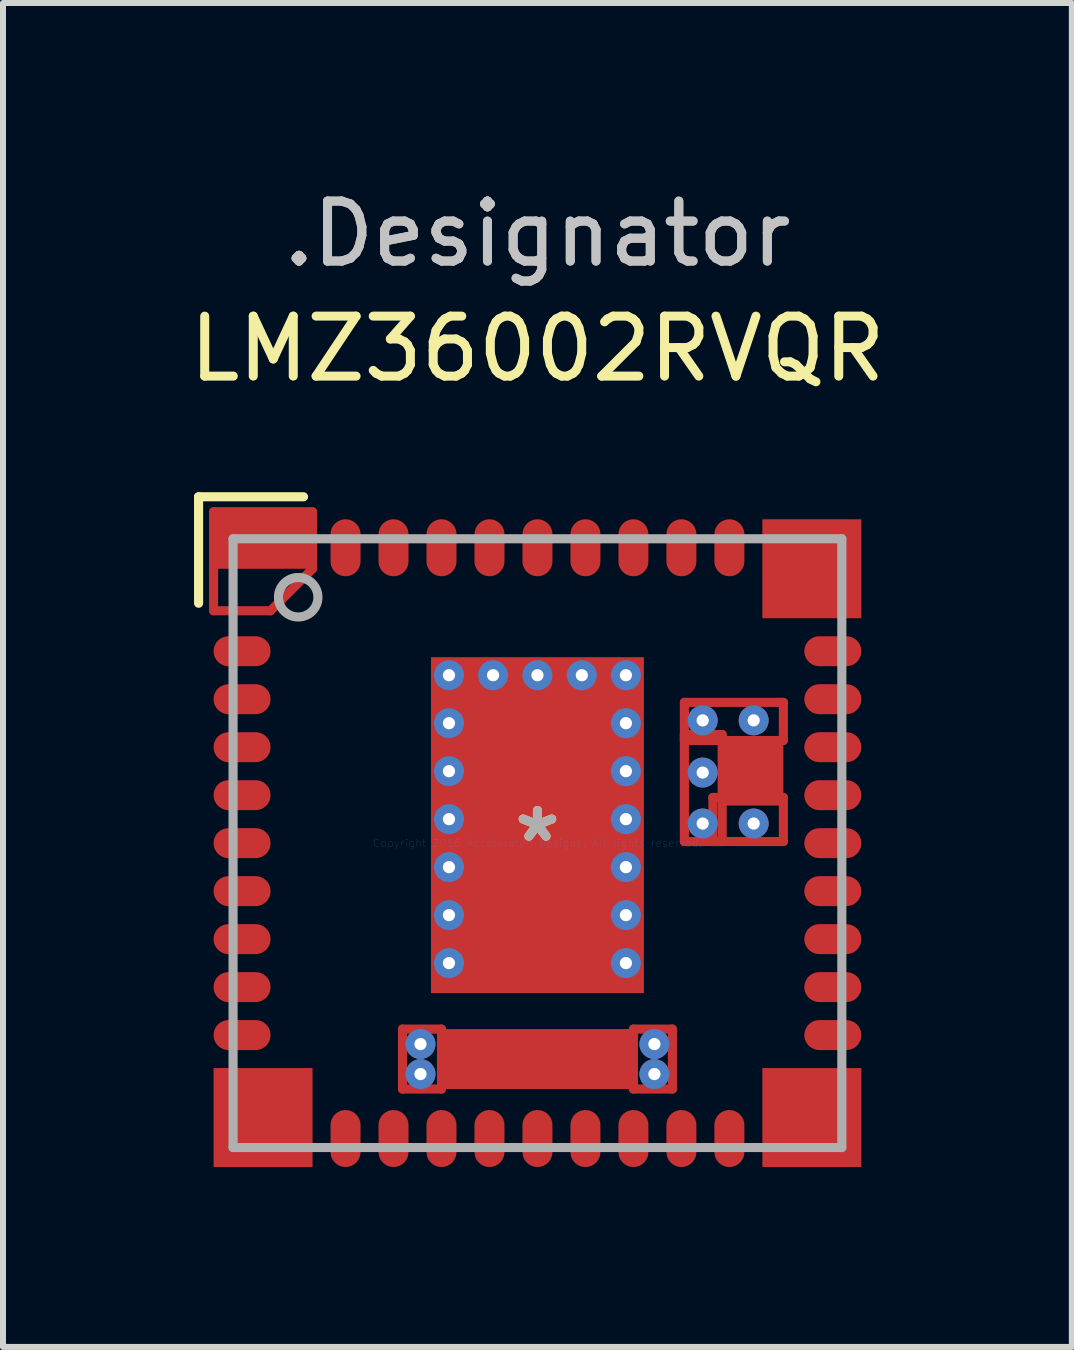
<source format=kicad_pcb>
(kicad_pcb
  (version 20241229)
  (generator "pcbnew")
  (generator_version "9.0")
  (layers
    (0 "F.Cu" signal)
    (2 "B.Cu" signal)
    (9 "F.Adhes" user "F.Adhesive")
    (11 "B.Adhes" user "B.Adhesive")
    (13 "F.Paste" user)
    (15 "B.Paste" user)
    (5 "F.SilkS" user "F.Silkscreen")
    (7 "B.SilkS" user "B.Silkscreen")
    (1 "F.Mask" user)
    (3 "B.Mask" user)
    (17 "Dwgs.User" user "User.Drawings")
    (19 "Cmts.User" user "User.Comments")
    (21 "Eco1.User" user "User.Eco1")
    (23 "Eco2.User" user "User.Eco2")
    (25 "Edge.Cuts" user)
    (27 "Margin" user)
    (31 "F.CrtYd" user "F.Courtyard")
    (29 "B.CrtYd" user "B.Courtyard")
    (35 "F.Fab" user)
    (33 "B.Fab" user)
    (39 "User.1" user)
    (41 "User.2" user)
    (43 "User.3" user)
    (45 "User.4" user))
  (footprint "LMZ36002RVQR"
    (layer "F.Cu")
    (at 5.911 11.008)
    (property "Reference" "LMZ36002RVQR" (at 0 -8.242 0) (layer "F.SilkS") (effects (font (size 1 1) (thickness 0.15))))
    (attr through_hole)
    (fp_line (start -5.4 -5.525) (end -3.75 -5.525) (stroke (width 0.152) (type solid)) (layer "F.Cu"))
    (fp_line (start -5.4 -3.875) (end -5.4 -5.525) (stroke (width 0.152) (type solid)) (layer "F.Cu"))
    (fp_line (start -4.45 -3.875) (end -5.4 -3.875) (stroke (width 0.152) (type solid)) (layer "F.Cu"))
    (fp_line (start -3.75 -5.525) (end -3.75 -4.575) (stroke (width 0.152) (type solid)) (layer "F.Cu"))
    (fp_line (start -3.75 -4.575) (end -4.45 -3.875) (stroke (width 0.152) (type solid)) (layer "F.Cu"))
    (fp_line (start -2.25 3.1) (end -2.25 4.1) (stroke (width 0.152) (type solid)) (layer "F.Cu"))
    (fp_line (start -2.25 4.1) (end -1.6 4.1) (stroke (width 0.152) (type solid)) (layer "F.Cu"))
    (fp_line (start -1.6 3.1) (end -2.25 3.1) (stroke (width 0.152) (type solid)) (layer "F.Cu"))
    (fp_line (start -1.6 4.1) (end -1.6 3.1) (stroke (width 0.152) (type solid)) (layer "F.Cu"))
    (fp_line (start 1.6 3.1) (end 1.6 4.1) (stroke (width 0.152) (type solid)) (layer "F.Cu"))
    (fp_line (start 1.6 4.1) (end 2.25 4.1) (stroke (width 0.152) (type solid)) (layer "F.Cu"))
    (fp_line (start 2.25 3.1) (end 1.6 3.1) (stroke (width 0.152) (type solid)) (layer "F.Cu"))
    (fp_line (start 2.25 4.1) (end 2.25 3.1) (stroke (width 0.152) (type solid)) (layer "F.Cu"))
    (fp_line (start 2.45 -2.347) (end 2.45 -1.712) (stroke (width 0.152) (type solid)) (layer "F.Cu"))
    (fp_line (start 2.45 -1.812) (end 2.45 -0.027) (stroke (width 0.152) (type solid)) (layer "F.Cu"))
    (fp_line (start 2.45 -1.712) (end 4.1 -1.712) (stroke (width 0.152) (type solid)) (layer "F.Cu"))
    (fp_line (start 2.45 -0.027) (end 3.08 -0.027) (stroke (width 0.152) (type solid)) (layer "F.Cu"))
    (fp_line (start 2.925 -0.762) (end 2.925 -0.027) (stroke (width 0.152) (type solid)) (layer "F.Cu"))
    (fp_line (start 2.925 -0.027) (end 4.1 -0.027) (stroke (width 0.152) (type solid)) (layer "F.Cu"))
    (fp_line (start 3.08 -1.812) (end 2.45 -1.812) (stroke (width 0.152) (type solid)) (layer "F.Cu"))
    (fp_line (start 3.08 -0.027) (end 3.08 -1.812) (stroke (width 0.152) (type solid)) (layer "F.Cu"))
    (fp_line (start 4.1 -2.347) (end 2.45 -2.347) (stroke (width 0.152) (type solid)) (layer "F.Cu"))
    (fp_line (start 4.1 -1.712) (end 4.1 -2.347) (stroke (width 0.152) (type solid)) (layer "F.Cu"))
    (fp_line (start 4.1 -0.762) (end 2.925 -0.762) (stroke (width 0.152) (type solid)) (layer "F.Cu"))
    (fp_line (start 4.1 -0.027) (end 4.1 -0.762) (stroke (width 0.152) (type solid)) (layer "F.Cu"))
    (fp_line (start -1.175 -2.5) (end -1.175 2.5) (stroke (width 0.152) (type solid)) (layer "F.Mask"))
    (fp_line (start -1.175 2.5) (end 1.175 2.5) (stroke (width 0.152) (type solid)) (layer "F.Mask"))
    (fp_line (start 1.175 -2.5) (end -1.175 -2.5) (stroke (width 0.152) (type solid)) (layer "F.Mask"))
    (fp_line (start 1.175 2.5) (end 1.175 -2.5) (stroke (width 0.152) (type solid)) (layer "F.Mask"))
    (fp_line (start -5.65 -5.775) (end -3.9 -5.775) (stroke (width 0.152) (type solid)) (layer "F.SilkS"))
    (fp_line (start -5.65 -4) (end -5.65 -5.775) (stroke (width 0.152) (type solid)) (layer "F.SilkS"))
    (fp_line (start -5.175 -5.175) (end -5.175 -5.175) (stroke (width 0.152) (type solid)) (layer "F.Paste"))
    (fp_line (start -5.175 -5.175) (end -5.175 -3.975) (stroke (width 0.152) (type solid)) (layer "F.Paste"))
    (fp_line (start -5.175 -3.975) (end -4.685 -3.975) (stroke (width 0.152) (type solid)) (layer "F.Paste"))
    (fp_line (start -4.685 -3.975) (end -3.975 -4.685) (stroke (width 0.152) (type solid)) (layer "F.Paste"))
    (fp_line (start -3.975 -5.175) (end -5.175 -5.175) (stroke (width 0.152) (type solid)) (layer "F.Paste"))
    (fp_line (start -3.975 -4.685) (end -3.975 -5.175) (stroke (width 0.152) (type solid)) (layer "F.Paste"))
    (fp_line (start -1.6 3.13) (end -1.6 4.06) (stroke (width 0.152) (type solid)) (layer "F.Paste"))
    (fp_line (start -1.6 4.06) (end -1.2 4.06) (stroke (width 0.152) (type solid)) (layer "F.Paste"))
    (fp_line (start -1.2 3.13) (end -1.6 3.13) (stroke (width 0.152) (type solid)) (layer "F.Paste"))
    (fp_line (start -1.2 4.06) (end -1.2 3.13) (stroke (width 0.152) (type solid)) (layer "F.Paste"))
    (fp_line (start -1.13 -2.46) (end -1.13 -1.89) (stroke (width 0.152) (type solid)) (layer "F.Paste"))
    (fp_line (start -1.13 -1.89) (end -0.15 -1.89) (stroke (width 0.152) (type solid)) (layer "F.Paste"))
    (fp_line (start -1.13 -1.59) (end -1.13 -1.02) (stroke (width 0.152) (type solid)) (layer "F.Paste"))
    (fp_line (start -1.13 -1.02) (end -0.15 -1.02) (stroke (width 0.152) (type solid)) (layer "F.Paste"))
    (fp_line (start -1.13 -0.72) (end -1.13 -0.15) (stroke (width 0.152) (type solid)) (layer "F.Paste"))
    (fp_line (start -1.13 -0.15) (end -0.15 -0.15) (stroke (width 0.152) (type solid)) (layer "F.Paste"))
    (fp_line (start -1.13 0.15) (end -1.13 0.72) (stroke (width 0.152) (type solid)) (layer "F.Paste"))
    (fp_line (start -1.13 0.72) (end -0.15 0.72) (stroke (width 0.152) (type solid)) (layer "F.Paste"))
    (fp_line (start -1.13 1.02) (end -1.13 1.59) (stroke (width 0.152) (type solid)) (layer "F.Paste"))
    (fp_line (start -1.13 1.59) (end -0.15 1.59) (stroke (width 0.152) (type solid)) (layer "F.Paste"))
    (fp_line (start -1.13 1.89) (end -1.13 2.46) (stroke (width 0.152) (type solid)) (layer "F.Paste"))
    (fp_line (start -1.13 2.46) (end -0.15 2.46) (stroke (width 0.152) (type solid)) (layer "F.Paste"))
    (fp_line (start -0.9 3.13) (end -0.9 4.06) (stroke (width 0.152) (type solid)) (layer "F.Paste"))
    (fp_line (start -0.9 4.06) (end -0.5 4.06) (stroke (width 0.152) (type solid)) (layer "F.Paste"))
    (fp_line (start -0.5 3.13) (end -0.9 3.13) (stroke (width 0.152) (type solid)) (layer "F.Paste"))
    (fp_line (start -0.5 4.06) (end -0.5 3.13) (stroke (width 0.152) (type solid)) (layer "F.Paste"))
    (fp_line (start -0.2 3.13) (end -0.2 4.06) (stroke (width 0.152) (type solid)) (layer "F.Paste"))
    (fp_line (start -0.2 4.06) (end 0.2 4.06) (stroke (width 0.152) (type solid)) (layer "F.Paste"))
    (fp_line (start -0.15 -2.46) (end -1.13 -2.46) (stroke (width 0.152) (type solid)) (layer "F.Paste"))
    (fp_line (start -0.15 -1.89) (end -0.15 -2.46) (stroke (width 0.152) (type solid)) (layer "F.Paste"))
    (fp_line (start -0.15 -1.59) (end -1.13 -1.59) (stroke (width 0.152) (type solid)) (layer "F.Paste"))
    (fp_line (start -0.15 -1.02) (end -0.15 -1.59) (stroke (width 0.152) (type solid)) (layer "F.Paste"))
    (fp_line (start -0.15 -0.72) (end -1.13 -0.72) (stroke (width 0.152) (type solid)) (layer "F.Paste"))
    (fp_line (start -0.15 -0.15) (end -0.15 -0.72) (stroke (width 0.152) (type solid)) (layer "F.Paste"))
    (fp_line (start -0.15 0.15) (end -1.13 0.15) (stroke (width 0.152) (type solid)) (layer "F.Paste"))
    (fp_line (start -0.15 0.72) (end -0.15 0.15) (stroke (width 0.152) (type solid)) (layer "F.Paste"))
    (fp_line (start -0.15 1.02) (end -1.13 1.02) (stroke (width 0.152) (type solid)) (layer "F.Paste"))
    (fp_line (start -0.15 1.59) (end -0.15 1.02) (stroke (width 0.152) (type solid)) (layer "F.Paste"))
    (fp_line (start -0.15 1.89) (end -1.13 1.89) (stroke (width 0.152) (type solid)) (layer "F.Paste"))
    (fp_line (start -0.15 2.46) (end -0.15 1.89) (stroke (width 0.152) (type solid)) (layer "F.Paste"))
    (fp_line (start 0.15 -2.46) (end 0.15 -1.89) (stroke (width 0.152) (type solid)) (layer "F.Paste"))
    (fp_line (start 0.15 -1.89) (end 1.13 -1.89) (stroke (width 0.152) (type solid)) (layer "F.Paste"))
    (fp_line (start 0.15 -1.59) (end 0.15 -1.02) (stroke (width 0.152) (type solid)) (layer "F.Paste"))
    (fp_line (start 0.15 -1.02) (end 1.13 -1.02) (stroke (width 0.152) (type solid)) (layer "F.Paste"))
    (fp_line (start 0.15 -0.72) (end 0.15 -0.15) (stroke (width 0.152) (type solid)) (layer "F.Paste"))
    (fp_line (start 0.15 -0.15) (end 1.13 -0.15) (stroke (width 0.152) (type solid)) (layer "F.Paste"))
    (fp_line (start 0.15 0.15) (end 0.15 0.72) (stroke (width 0.152) (type solid)) (layer "F.Paste"))
    (fp_line (start 0.15 0.72) (end 1.13 0.72) (stroke (width 0.152) (type solid)) (layer "F.Paste"))
    (fp_line (start 0.15 1.02) (end 0.15 1.59) (stroke (width 0.152) (type solid)) (layer "F.Paste"))
    (fp_line (start 0.15 1.59) (end 1.13 1.59) (stroke (width 0.152) (type solid)) (layer "F.Paste"))
    (fp_line (start 0.15 1.89) (end 0.15 2.46) (stroke (width 0.152) (type solid)) (layer "F.Paste"))
    (fp_line (start 0.15 2.46) (end 1.13 2.46) (stroke (width 0.152) (type solid)) (layer "F.Paste"))
    (fp_line (start 0.2 3.13) (end -0.2 3.13) (stroke (width 0.152) (type solid)) (layer "F.Paste"))
    (fp_line (start 0.2 4.06) (end 0.2 3.13) (stroke (width 0.152) (type solid)) (layer "F.Paste"))
    (fp_line (start 0.5 3.13) (end 0.5 4.06) (stroke (width 0.152) (type solid)) (layer "F.Paste"))
    (fp_line (start 0.5 4.06) (end 0.9 4.06) (stroke (width 0.152) (type solid)) (layer "F.Paste"))
    (fp_line (start 0.9 3.13) (end 0.5 3.13) (stroke (width 0.152) (type solid)) (layer "F.Paste"))
    (fp_line (start 0.9 4.06) (end 0.9 3.13) (stroke (width 0.152) (type solid)) (layer "F.Paste"))
    (fp_line (start 1.13 -2.46) (end 0.15 -2.46) (stroke (width 0.152) (type solid)) (layer "F.Paste"))
    (fp_line (start 1.13 -1.89) (end 1.13 -2.46) (stroke (width 0.152) (type solid)) (layer "F.Paste"))
    (fp_line (start 1.13 -1.59) (end 0.15 -1.59) (stroke (width 0.152) (type solid)) (layer "F.Paste"))
    (fp_line (start 1.13 -1.02) (end 1.13 -1.59) (stroke (width 0.152) (type solid)) (layer "F.Paste"))
    (fp_line (start 1.13 -0.72) (end 0.15 -0.72) (stroke (width 0.152) (type solid)) (layer "F.Paste"))
    (fp_line (start 1.13 -0.15) (end 1.13 -0.72) (stroke (width 0.152) (type solid)) (layer "F.Paste"))
    (fp_line (start 1.13 0.15) (end 0.15 0.15) (stroke (width 0.152) (type solid)) (layer "F.Paste"))
    (fp_line (start 1.13 0.72) (end 1.13 0.15) (stroke (width 0.152) (type solid)) (layer "F.Paste"))
    (fp_line (start 1.13 1.02) (end 0.15 1.02) (stroke (width 0.152) (type solid)) (layer "F.Paste"))
    (fp_line (start 1.13 1.59) (end 1.13 1.02) (stroke (width 0.152) (type solid)) (layer "F.Paste"))
    (fp_line (start 1.13 1.89) (end 0.15 1.89) (stroke (width 0.152) (type solid)) (layer "F.Paste"))
    (fp_line (start 1.13 2.46) (end 1.13 1.89) (stroke (width 0.152) (type solid)) (layer "F.Paste"))
    (fp_line (start 1.2 3.13) (end 1.2 4.06) (stroke (width 0.152) (type solid)) (layer "F.Paste"))
    (fp_line (start 1.2 4.06) (end 1.6 4.06) (stroke (width 0.152) (type solid)) (layer "F.Paste"))
    (fp_line (start 1.6 3.13) (end 1.2 3.13) (stroke (width 0.152) (type solid)) (layer "F.Paste"))
    (fp_line (start 1.6 4.06) (end 1.6 3.13) (stroke (width 0.152) (type solid)) (layer "F.Paste"))
    (fp_line (start 3.115 -1.707) (end 3.115 -0.657) (stroke (width 0.152) (type solid)) (layer "F.Paste"))
    (fp_line (start 3.115 -0.657) (end 3.425 -0.657) (stroke (width 0.152) (type solid)) (layer "F.Paste"))
    (fp_line (start 3.425 -1.707) (end 3.115 -1.707) (stroke (width 0.152) (type solid)) (layer "F.Paste"))
    (fp_line (start 3.425 -0.657) (end 3.425 -1.707) (stroke (width 0.152) (type solid)) (layer "F.Paste"))
    (fp_line (start 3.725 -1.707) (end 3.725 -0.657) (stroke (width 0.152) (type solid)) (layer "F.Paste"))
    (fp_line (start 3.725 -0.657) (end 4.035 -0.657) (stroke (width 0.152) (type solid)) (layer "F.Paste"))
    (fp_line (start 4.035 -1.707) (end 3.725 -1.707) (stroke (width 0.152) (type solid)) (layer "F.Paste"))
    (fp_line (start 4.035 -0.657) (end 4.035 -1.707) (stroke (width 0.152) (type solid)) (layer "F.Paste"))
    (fp_line (start -5.075 -5.075) (end 5.075 -5.075) (stroke (width 0.152) (type solid)) (layer "F.Fab"))
    (fp_line (start -5.075 5.075) (end -5.075 -5.075) (stroke (width 0.152) (type solid)) (layer "F.Fab"))
    (fp_line (start -5.075 5.075) (end 5.075 5.075) (stroke (width 0.152) (type solid)) (layer "F.Fab"))
    (fp_line (start 5.075 5.075) (end 5.075 -5.075) (stroke (width 0.152) (type solid)) (layer "F.Fab"))
    (fp_circle (center -3.989 -4.1) (end -3.66 -4.1) (stroke (width 0.152) (type solid)) (fill no) (layer "F.Fab"))
    (fp_text user "*" (at 0 0 0) (layer "F.SilkS") (effects (font (size 1 1) (thickness 0.15))))
    (fp_text user ".Designator" (at 0 -10.16 0) (layer "Dwgs.User") (effects (font (size 1 1) (thickness 0.15))))
    (fp_text user "Copyright 2016 Accelerated Designs. All rights reserved." (at 0 0 0) (layer "Cmts.User") (effects (font (size 0.127 0.127) (thickness 0.002))))
    (fp_text user "*" (at 0 0 0) (layer "F.Fab") (effects (font (size 1 1) (thickness 0.15))))
    (fp_text user ".Designator" (at 0 -10.16 0) (layer "F.Fab") (effects (font (size 1 1) (thickness 0.15))))
    (pad "1" smd rect (at -4.575 -5.05) (size 1.65 0.95) (layers "F.Cu" "F.Mask" "F.Paste"))
    (pad "2" smd oval (at -4.925 -3.2) (size 0.95 0.5) (layers "F.Cu" "F.Mask" "F.Paste"))
    (pad "3" smd oval (at -4.925 -2.4) (size 0.95 0.5) (layers "F.Cu" "F.Mask" "F.Paste"))
    (pad "4" smd oval (at -4.925 -1.6) (size 0.95 0.5) (layers "F.Cu" "F.Mask" "F.Paste"))
    (pad "5" smd oval (at -4.925 -0.8) (size 0.95 0.5) (layers "F.Cu" "F.Mask" "F.Paste"))
    (pad "6" smd oval (at -4.925 0) (size 0.95 0.5) (layers "F.Cu" "F.Mask" "F.Paste"))
    (pad "7" smd oval (at -4.925 0.8) (size 0.95 0.5) (layers "F.Cu" "F.Mask" "F.Paste"))
    (pad "8" smd oval (at -4.925 1.6) (size 0.95 0.5) (layers "F.Cu" "F.Mask" "F.Paste"))
    (pad "9" smd oval (at -4.925 2.4) (size 0.95 0.5) (layers "F.Cu" "F.Mask" "F.Paste"))
    (pad "10" smd oval (at -4.925 3.2) (size 0.95 0.5) (layers "F.Cu" "F.Mask" "F.Paste"))
    (pad "11" smd rect (at -4.575 4.575) (size 1.65 1.65) (layers "F.Cu" "F.Mask" "F.Paste"))
    (pad "12" smd oval (at -3.2 4.925 90) (size 0.95 0.5) (layers "F.Cu" "F.Mask" "F.Paste"))
    (pad "13" smd oval (at -2.4 4.925 90) (size 0.95 0.5) (layers "F.Cu" "F.Mask" "F.Paste"))
    (pad "14" smd oval (at -1.6 4.925 90) (size 0.95 0.5) (layers "F.Cu" "F.Mask" "F.Paste"))
    (pad "15" smd oval (at -0.8 4.925 90) (size 0.95 0.5) (layers "F.Cu" "F.Mask" "F.Paste"))
    (pad "16" smd oval (at 0 4.925 90) (size 0.95 0.5) (layers "F.Cu" "F.Mask" "F.Paste"))
    (pad "17" smd oval (at 0.8 4.925 90) (size 0.95 0.5) (layers "F.Cu" "F.Mask" "F.Paste"))
    (pad "18" smd oval (at 1.6 4.925 90) (size 0.95 0.5) (layers "F.Cu" "F.Mask" "F.Paste"))
    (pad "19" smd oval (at 2.4 4.925 90) (size 0.95 0.5) (layers "F.Cu" "F.Mask" "F.Paste"))
    (pad "20" smd oval (at 3.2 4.925 90) (size 0.95 0.5) (layers "F.Cu" "F.Mask" "F.Paste"))
    (pad "21" smd rect (at 4.575 4.575) (size 1.65 1.65) (layers "F.Cu" "F.Mask" "F.Paste"))
    (pad "22" smd oval (at 4.925 3.2) (size 0.95 0.5) (layers "F.Cu" "F.Mask" "F.Paste"))
    (pad "23" smd oval (at 4.925 2.4) (size 0.95 0.5) (layers "F.Cu" "F.Mask" "F.Paste"))
    (pad "24" smd oval (at 4.925 1.6) (size 0.95 0.5) (layers "F.Cu" "F.Mask" "F.Paste"))
    (pad "25" smd oval (at 4.925 0.8) (size 0.95 0.5) (layers "F.Cu" "F.Mask" "F.Paste"))
    (pad "26" smd oval (at 4.925 0) (size 0.95 0.5) (layers "F.Cu" "F.Mask" "F.Paste"))
    (pad "27" smd oval (at 4.925 -0.8) (size 0.95 0.5) (layers "F.Cu" "F.Mask" "F.Paste"))
    (pad "28" smd oval (at 4.925 -1.6) (size 0.95 0.5) (layers "F.Cu" "F.Mask" "F.Paste"))
    (pad "29" smd oval (at 4.925 -2.4) (size 0.95 0.5) (layers "F.Cu" "F.Mask" "F.Paste"))
    (pad "30" smd oval (at 4.925 -3.2) (size 0.95 0.5) (layers "F.Cu" "F.Mask" "F.Paste"))
    (pad "31" smd rect (at 4.575 -4.575) (size 1.65 1.65) (layers "F.Cu" "F.Mask" "F.Paste"))
    (pad "32" smd oval (at 3.2 -4.925 90) (size 0.95 0.5) (layers "F.Cu" "F.Mask" "F.Paste"))
    (pad "33" smd oval (at 2.4 -4.925 90) (size 0.95 0.5) (layers "F.Cu" "F.Mask" "F.Paste"))
    (pad "34" smd oval (at 1.6 -4.925 90) (size 0.95 0.5) (layers "F.Cu" "F.Mask" "F.Paste"))
    (pad "35" smd oval (at 0.8 -4.925 90) (size 0.95 0.5) (layers "F.Cu" "F.Mask" "F.Paste"))
    (pad "36" smd oval (at 0 -4.925 90) (size 0.95 0.5) (layers "F.Cu" "F.Mask" "F.Paste"))
    (pad "37" smd oval (at -0.8 -4.925 90) (size 0.95 0.5) (layers "F.Cu" "F.Mask" "F.Paste"))
    (pad "38" smd oval (at -1.6 -4.925 90) (size 0.95 0.5) (layers "F.Cu" "F.Mask" "F.Paste"))
    (pad "39" smd oval (at -2.4 -4.925 90) (size 0.95 0.5) (layers "F.Cu" "F.Mask" "F.Paste"))
    (pad "40" smd oval (at -3.2 -4.925 90) (size 0.95 0.5) (layers "F.Cu" "F.Mask" "F.Paste"))
    (pad "41" smd rect (at 0 -0.3) (size 3.55 5.6) (layers "F.Cu" "F.Mask" "F.Paste"))
    (pad "42" smd rect (at 3.575 -1.187) (size 1.05 1.12) (layers "F.Cu" "F.Mask" "F.Paste"))
    (pad "43" smd rect (at 0 3.6) (size 3.3 1) (layers "F.Cu" "F.Mask" "F.Paste"))
    (pad "V" thru_hole circle (at -1.95 3.35) (size 0.5 0.5) (drill 0.203) (layers "*.Cu" "*.Mask"))
    (pad "V" thru_hole circle (at -1.95 3.85) (size 0.5 0.5) (drill 0.203) (layers "*.Cu" "*.Mask"))
    (pad "V" thru_hole circle (at -1.475 -2.8) (size 0.5 0.5) (drill 0.203) (layers "*.Cu" "*.Mask"))
    (pad "V" thru_hole circle (at -1.475 -2) (size 0.5 0.5) (drill 0.203) (layers "*.Cu" "*.Mask"))
    (pad "V" thru_hole circle (at -1.475 -1.2) (size 0.5 0.5) (drill 0.203) (layers "*.Cu" "*.Mask"))
    (pad "V" thru_hole circle (at -1.475 -0.4) (size 0.5 0.5) (drill 0.203) (layers "*.Cu" "*.Mask"))
    (pad "V" thru_hole circle (at -1.475 0.4) (size 0.5 0.5) (drill 0.203) (layers "*.Cu" "*.Mask"))
    (pad "V" thru_hole circle (at -1.475 1.2) (size 0.5 0.5) (drill 0.203) (layers "*.Cu" "*.Mask"))
    (pad "V" thru_hole circle (at -1.475 2) (size 0.5 0.5) (drill 0.203) (layers "*.Cu" "*.Mask"))
    (pad "V" thru_hole circle (at -0.74 -2.8) (size 0.5 0.5) (drill 0.203) (layers "*.Cu" "*.Mask"))
    (pad "V" thru_hole circle (at 0 -2.8) (size 0.5 0.5) (drill 0.203) (layers "*.Cu" "*.Mask"))
    (pad "V" thru_hole circle (at 0.74 -2.8) (size 0.5 0.5) (drill 0.203) (layers "*.Cu" "*.Mask"))
    (pad "V" thru_hole circle (at 1.475 -2.8) (size 0.5 0.5) (drill 0.203) (layers "*.Cu" "*.Mask"))
    (pad "V" thru_hole circle (at 1.475 -2) (size 0.5 0.5) (drill 0.203) (layers "*.Cu" "*.Mask"))
    (pad "V" thru_hole circle (at 1.475 -1.2) (size 0.5 0.5) (drill 0.203) (layers "*.Cu" "*.Mask"))
    (pad "V" thru_hole circle (at 1.475 -0.4) (size 0.5 0.5) (drill 0.203) (layers "*.Cu" "*.Mask"))
    (pad "V" thru_hole circle (at 1.475 0.4) (size 0.5 0.5) (drill 0.203) (layers "*.Cu" "*.Mask"))
    (pad "V" thru_hole circle (at 1.475 1.2) (size 0.5 0.5) (drill 0.203) (layers "*.Cu" "*.Mask"))
    (pad "V" thru_hole circle (at 1.475 2) (size 0.5 0.5) (drill 0.203) (layers "*.Cu" "*.Mask"))
    (pad "V" thru_hole circle (at 1.95 3.35) (size 0.5 0.5) (drill 0.203) (layers "*.Cu" "*.Mask"))
    (pad "V" thru_hole circle (at 1.95 3.85) (size 0.5 0.5) (drill 0.203) (layers "*.Cu" "*.Mask"))
    (pad "V" thru_hole circle (at 2.755 -2.047) (size 0.5 0.5) (drill 0.203) (layers "*.Cu" "*.Mask"))
    (pad "V" thru_hole circle (at 2.755 -1.177) (size 0.5 0.5) (drill 0.203) (layers "*.Cu" "*.Mask"))
    (pad "V" thru_hole circle (at 2.755 -0.327) (size 0.5 0.5) (drill 0.203) (layers "*.Cu" "*.Mask"))
    (pad "V" thru_hole circle (at 3.605 -2.047) (size 0.5 0.5) (drill 0.203) (layers "*.Cu" "*.Mask"))
    (pad "V" thru_hole circle (at 3.605 -0.327) (size 0.5 0.5) (drill 0.203) (layers "*.Cu" "*.Mask")))
  (gr_rect
    (start -3 -3)
    (end 14.821 19.408)
    (stroke (width 0.1) (type default))
    (fill no)
    (layer "Edge.Cuts")))
</source>
